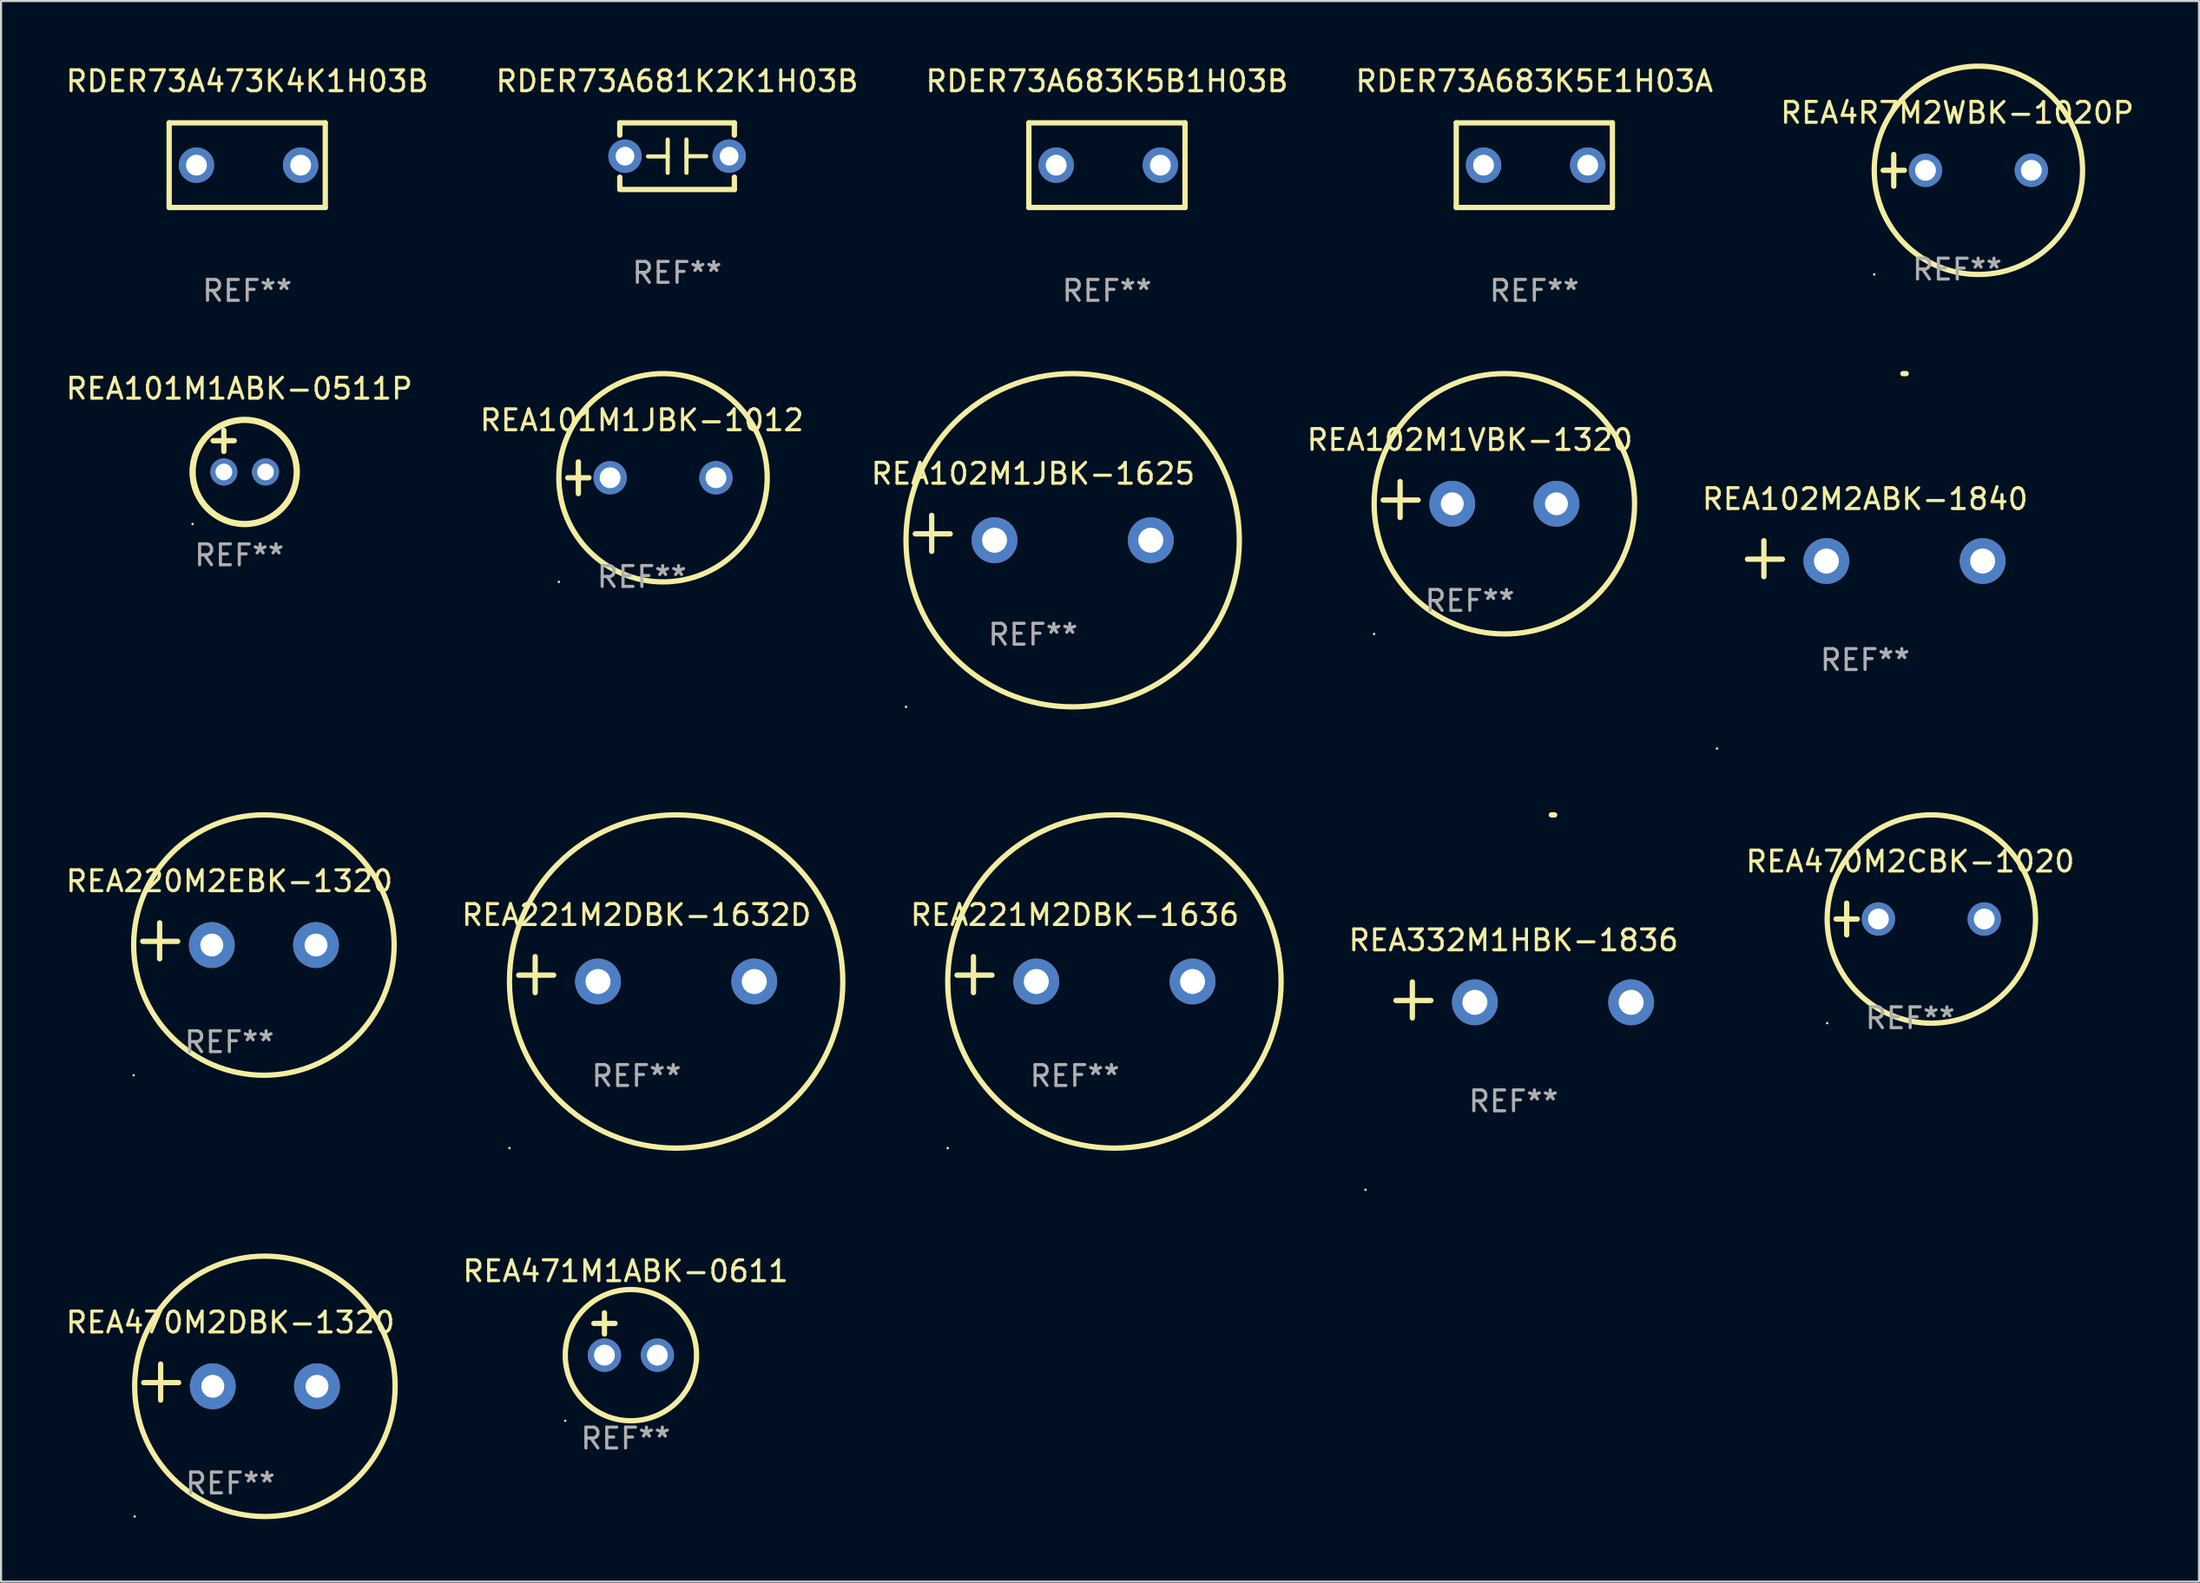
<source format=kicad_pcb>
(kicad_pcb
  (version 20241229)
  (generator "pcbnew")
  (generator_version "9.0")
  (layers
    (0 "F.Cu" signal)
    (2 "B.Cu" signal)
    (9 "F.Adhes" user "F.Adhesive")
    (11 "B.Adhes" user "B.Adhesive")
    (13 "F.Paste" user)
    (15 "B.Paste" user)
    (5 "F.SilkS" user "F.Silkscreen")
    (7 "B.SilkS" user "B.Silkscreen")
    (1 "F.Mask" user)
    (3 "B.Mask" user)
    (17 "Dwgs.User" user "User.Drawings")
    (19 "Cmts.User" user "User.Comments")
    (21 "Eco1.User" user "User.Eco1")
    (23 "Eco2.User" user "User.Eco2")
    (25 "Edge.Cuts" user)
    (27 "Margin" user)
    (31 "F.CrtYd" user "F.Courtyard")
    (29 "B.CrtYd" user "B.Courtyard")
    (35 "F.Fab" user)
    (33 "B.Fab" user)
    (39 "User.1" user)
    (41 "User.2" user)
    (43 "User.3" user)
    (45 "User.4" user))
  (footprint "REA101M1JBK-1012"
    (layer "F.Cu")
    (at 27.756 19.888)
    (property "Reference" "REA101M1JBK-1012" (at 0 -2.762 0) (layer "F.SilkS") (effects (font (size 1 1) (thickness 0.15))))
    (attr through_hole)
    (fp_line (start -3.556 0) (end -2.54 0) (stroke (width 0.254) (type solid)) (layer "F.SilkS"))
    (fp_line (start -3.048 -0.762) (end -3.048 0.762) (stroke (width 0.254) (type solid)) (layer "F.SilkS"))
    (fp_circle (center -3.984 5) (end -3.954 5) (stroke (width 0.06) (type solid)) (fill no) (layer "F.SilkS"))
    (fp_circle (center 1.016 0) (end 6.016 0) (stroke (width 0.254) (type solid)) (fill no) (layer "F.SilkS"))
    (fp_text user "REF**" (at 0 4.762 0) (layer "F.Fab") (effects (font (size 1 1) (thickness 0.15))))
    (pad "1" thru_hole circle (at -1.524 0) (size 1.6 1.6) (drill 1) (layers "*.Cu" "*.Mask"))
    (pad "2" thru_hole circle (at 3.556 0) (size 1.6 1.6) (drill 1) (layers "*.Cu" "*.Mask")))
  (footprint "REA101M1ABK-0511P"
    (layer "F.Cu")
    (at 8.435 18.609)
    (property "Reference" "REA101M1ABK-0511P" (at 0 -3 0) (layer "F.SilkS") (effects (font (size 1 1) (thickness 0.15))))
    (attr through_hole)
    (fp_line (start -1.258 -0.5) (end -0.242 -0.5) (stroke (width 0.254) (type solid)) (layer "F.SilkS"))
    (fp_line (start -0.742 -1) (end -0.742 0.016) (stroke (width 0.254) (type solid)) (layer "F.SilkS"))
    (fp_circle (center -2.242 3.5) (end -2.212 3.5) (stroke (width 0.06) (type solid)) (fill no) (layer "F.SilkS"))
    (fp_circle (center 0.258 1) (end 2.758 1) (stroke (width 0.3) (type solid)) (fill no) (layer "F.SilkS"))
    (fp_text user "REF**" (at 0 5 0) (layer "F.Fab") (effects (font (size 1 1) (thickness 0.15))))
    (pad "1" thru_hole circle (at -0.742 1) (size 1.3 1.3) (drill 0.8) (layers "*.Cu" "*.Mask"))
    (pad "2" thru_hole circle (at 1.258 1) (size 1.3 1.3) (drill 0.8) (layers "*.Cu" "*.Mask")))
  (footprint "REA102M1VBK-1320"
    (layer "F.Cu")
    (at 67.493 20.934)
    (property "Reference" "REA102M1VBK-1320" (at 0 -2.864 0) (layer "F.SilkS") (effects (font (size 1 1) (thickness 0.15))))
    (attr through_hole)
    (fp_line (start -3.346 0.864) (end -3.346 -0.864) (stroke (width 0.254) (type solid)) (layer "F.SilkS"))
    (fp_line (start -2.482 0.025) (end -4.158 0.025) (stroke (width 0.254) (type solid)) (layer "F.SilkS"))
    (fp_circle (center -4.592 6.453) (end -4.562 6.453) (stroke (width 0.06) (type solid)) (fill no) (layer "F.SilkS"))
    (fp_circle (center 1.658 0.203) (end 7.908 0.203) (stroke (width 0.254) (type solid)) (fill no) (layer "F.SilkS"))
    (fp_text user "REF**" (at 0 4.864 0) (layer "F.Fab") (effects (font (size 1 1) (thickness 0.15))))
    (pad "1" thru_hole circle (at -0.842 0.203) (size 2.2 2.2) (drill 1.1) (layers "*.Cu" "*.Mask"))
    (pad "2" thru_hole circle (at 4.158 0.203) (size 2.2 2.2) (drill 1.1) (layers "*.Cu" "*.Mask")))
  (footprint "RDER73A473K4K1H03B"
    (layer "F.Cu")
    (at 8.815 4.88)
    (property "Reference" "RDER73A473K4K1H03B" (at 0 -4.032 0) (layer "F.SilkS") (effects (font (size 1 1) (thickness 0.15))))
    (attr through_hole)
    (fp_line (start -3.747 -2.032) (end -3.747 2.032) (stroke (width 0.254) (type solid)) (layer "F.SilkS"))
    (fp_line (start -3.747 2.032) (end 3.747 2.032) (stroke (width 0.254) (type solid)) (layer "F.SilkS"))
    (fp_line (start 3.747 -2.032) (end -3.747 -2.032) (stroke (width 0.254) (type solid)) (layer "F.SilkS"))
    (fp_line (start 3.747 2.032) (end 3.747 -2.032) (stroke (width 0.254) (type solid)) (layer "F.SilkS"))
    (fp_circle (center -3.687 2) (end -3.657 2) (stroke (width 0.06) (type solid)) (fill no) (layer "F.SilkS"))
    (fp_text user "REF**" (at 0 6.032 0) (layer "F.Fab") (effects (font (size 1 1) (thickness 0.15))))
    (pad "1" thru_hole circle (at -2.436 0) (size 1.7 1.7) (drill 1) (layers "*.Cu" "*.Mask"))
    (pad "2" thru_hole circle (at 2.564 0) (size 1.7 1.7) (drill 1) (layers "*.Cu" "*.Mask")))
  (footprint "REA102M1JBK-1625"
    (layer "F.Cu")
    (at 46.53 22.557)
    (property "Reference" "REA102M1JBK-1625" (at 0 -2.864 0) (layer "F.SilkS") (effects (font (size 1 1) (thickness 0.15))))
    (attr through_hole)
    (fp_line (start -4.864 0.864) (end -4.864 -0.864) (stroke (width 0.254) (type solid)) (layer "F.SilkS"))
    (fp_line (start -3.975 0.025) (end -5.652 0.025) (stroke (width 0.254) (type solid)) (layer "F.SilkS"))
    (fp_circle (center -6.098 8.33) (end -6.068 8.33) (stroke (width 0.06) (type solid)) (fill no) (layer "F.SilkS"))
    (fp_circle (center 1.902 0.33) (end 9.902 0.33) (stroke (width 0.254) (type solid)) (fill no) (layer "F.SilkS"))
    (fp_text user "REF**" (at 0 4.864 0) (layer "F.Fab") (effects (font (size 1 1) (thickness 0.15))))
    (pad "1" thru_hole circle (at -1.848 0.33) (size 2.2 2.2) (drill 1.2) (layers "*.Cu" "*.Mask"))
    (pad "2" thru_hole circle (at 5.652 0.33) (size 2.2 2.2) (drill 1.2) (layers "*.Cu" "*.Mask")))
  (footprint "REA102M2ABK-1840"
    (layer "F.Cu")
    (at 86.463 23.773)
    (property "Reference" "REA102M2ABK-1840" (at 0 -2.864 0) (layer "F.SilkS") (effects (font (size 1 1) (thickness 0.15))))
    (attr through_hole)
    (fp_line (start -4.856 0.864) (end -4.856 -0.864) (stroke (width 0.254) (type solid)) (layer "F.SilkS"))
    (fp_line (start -3.967 0.025) (end -5.644 0.025) (stroke (width 0.254) (type solid)) (layer "F.SilkS"))
    (fp_arc (start 1.815024 -8.885649) (mid 1.893764 -8.88599) (end 1.972504 -8.885649) (stroke (width 0.254001) (type solid)) (layer "F.SilkS"))
    (fp_circle (center -7.106 9.114) (end -7.076 9.114) (stroke (width 0.06) (type solid)) (fill no) (layer "F.SilkS"))
    (fp_text user "REF**" (at 0 4.864 0) (layer "F.Fab") (effects (font (size 1 1) (thickness 0.15))))
    (pad "1" thru_hole circle (at -1.856 0.114) (size 2.2 2.2) (drill 1.2) (layers "*.Cu" "*.Mask"))
    (pad "2" thru_hole circle (at 5.644 0.114) (size 2.2 2.2) (drill 1.2) (layers "*.Cu" "*.Mask")))
  (footprint "REA470M2DBK-1320"
    (layer "F.Cu")
    (at 8.006 63.307)
    (property "Reference" "REA470M2DBK-1320" (at 0 -2.864 0) (layer "F.SilkS") (effects (font (size 1 1) (thickness 0.15))))
    (attr through_hole)
    (fp_line (start -3.346 0.864) (end -3.346 -0.864) (stroke (width 0.254) (type solid)) (layer "F.SilkS"))
    (fp_line (start -2.482 0.025) (end -4.158 0.025) (stroke (width 0.254) (type solid)) (layer "F.SilkS"))
    (fp_circle (center -4.592 6.453) (end -4.562 6.453) (stroke (width 0.06) (type solid)) (fill no) (layer "F.SilkS"))
    (fp_circle (center 1.658 0.203) (end 7.908 0.203) (stroke (width 0.254) (type solid)) (fill no) (layer "F.SilkS"))
    (fp_text user "REF**" (at 0 4.864 0) (layer "F.Fab") (effects (font (size 1 1) (thickness 0.15))))
    (pad "1" thru_hole circle (at -0.842 0.203) (size 2.2 2.2) (drill 1.1) (layers "*.Cu" "*.Mask"))
    (pad "2" thru_hole circle (at 4.158 0.203) (size 2.2 2.2) (drill 1.1) (layers "*.Cu" "*.Mask")))
  (footprint "REA221M2DBK-1636"
    (layer "F.Cu")
    (at 48.534 43.744)
    (property "Reference" "REA221M2DBK-1636" (at 0 -2.864 0) (layer "F.SilkS") (effects (font (size 1 1) (thickness 0.15))))
    (attr through_hole)
    (fp_line (start -4.864 0.864) (end -4.864 -0.864) (stroke (width 0.254) (type solid)) (layer "F.SilkS"))
    (fp_line (start -3.975 0.025) (end -5.652 0.025) (stroke (width 0.254) (type solid)) (layer "F.SilkS"))
    (fp_circle (center -6.098 8.33) (end -6.068 8.33) (stroke (width 0.06) (type solid)) (fill no) (layer "F.SilkS"))
    (fp_circle (center 1.902 0.33) (end 9.902 0.33) (stroke (width 0.254) (type solid)) (fill no) (layer "F.SilkS"))
    (fp_text user "REF**" (at 0 4.864 0) (layer "F.Fab") (effects (font (size 1 1) (thickness 0.15))))
    (pad "1" thru_hole circle (at -1.848 0.33) (size 2.2 2.2) (drill 1.2) (layers "*.Cu" "*.Mask"))
    (pad "2" thru_hole circle (at 5.652 0.33) (size 2.2 2.2) (drill 1.2) (layers "*.Cu" "*.Mask")))
  (footprint "REA220M2EBK-1320"
    (layer "F.Cu")
    (at 7.958 42.121)
    (property "Reference" "REA220M2EBK-1320" (at 0 -2.864 0) (layer "F.SilkS") (effects (font (size 1 1) (thickness 0.15))))
    (attr through_hole)
    (fp_line (start -3.346 0.864) (end -3.346 -0.864) (stroke (width 0.254) (type solid)) (layer "F.SilkS"))
    (fp_line (start -2.482 0.025) (end -4.158 0.025) (stroke (width 0.254) (type solid)) (layer "F.SilkS"))
    (fp_circle (center -4.592 6.453) (end -4.562 6.453) (stroke (width 0.06) (type solid)) (fill no) (layer "F.SilkS"))
    (fp_circle (center 1.658 0.203) (end 7.908 0.203) (stroke (width 0.254) (type solid)) (fill no) (layer "F.SilkS"))
    (fp_text user "REF**" (at 0 4.864 0) (layer "F.Fab") (effects (font (size 1 1) (thickness 0.15))))
    (pad "1" thru_hole circle (at -0.842 0.203) (size 2.2 2.2) (drill 1.1) (layers "*.Cu" "*.Mask"))
    (pad "2" thru_hole circle (at 4.158 0.203) (size 2.2 2.2) (drill 1.1) (layers "*.Cu" "*.Mask")))
  (footprint "REA221M2DBK-1632D"
    (layer "F.Cu")
    (at 27.499 43.744)
    (property "Reference" "REA221M2DBK-1632D" (at 0 -2.864 0) (layer "F.SilkS") (effects (font (size 1 1) (thickness 0.15))))
    (attr through_hole)
    (fp_line (start -4.864 0.864) (end -4.864 -0.864) (stroke (width 0.254) (type solid)) (layer "F.SilkS"))
    (fp_line (start -3.975 0.025) (end -5.652 0.025) (stroke (width 0.254) (type solid)) (layer "F.SilkS"))
    (fp_circle (center -6.098 8.33) (end -6.068 8.33) (stroke (width 0.06) (type solid)) (fill no) (layer "F.SilkS"))
    (fp_circle (center 1.902 0.33) (end 9.902 0.33) (stroke (width 0.254) (type solid)) (fill no) (layer "F.SilkS"))
    (fp_text user "REF**" (at 0 4.864 0) (layer "F.Fab") (effects (font (size 1 1) (thickness 0.15))))
    (pad "1" thru_hole circle (at -1.848 0.33) (size 2.2 2.2) (drill 1.2) (layers "*.Cu" "*.Mask"))
    (pad "2" thru_hole circle (at 5.652 0.33) (size 2.2 2.2) (drill 1.2) (layers "*.Cu" "*.Mask")))
  (footprint "REA4R7M2WBK-1020P"
    (layer "F.Cu")
    (at 90.887 5.127)
    (property "Reference" "REA4R7M2WBK-1020P" (at 0 -2.762 0) (layer "F.SilkS") (effects (font (size 1 1) (thickness 0.15))))
    (attr through_hole)
    (fp_line (start -3.556 0) (end -2.54 0) (stroke (width 0.254) (type solid)) (layer "F.SilkS"))
    (fp_line (start -3.048 -0.762) (end -3.048 0.762) (stroke (width 0.254) (type solid)) (layer "F.SilkS"))
    (fp_circle (center -3.984 5) (end -3.954 5) (stroke (width 0.06) (type solid)) (fill no) (layer "F.SilkS"))
    (fp_circle (center 1.016 0) (end 6.016 0) (stroke (width 0.254) (type solid)) (fill no) (layer "F.SilkS"))
    (fp_text user "REF**" (at 0 4.762 0) (layer "F.Fab") (effects (font (size 1 1) (thickness 0.15))))
    (pad "1" thru_hole circle (at -1.524 0) (size 1.6 1.6) (drill 1) (layers "*.Cu" "*.Mask"))
    (pad "2" thru_hole circle (at 3.556 0) (size 1.6 1.6) (drill 1) (layers "*.Cu" "*.Mask")))
  (footprint "RDER73A683K5B1H03B"
    (layer "F.Cu")
    (at 50.077 4.88)
    (property "Reference" "RDER73A683K5B1H03B" (at 0 -4.032 0) (layer "F.SilkS") (effects (font (size 1 1) (thickness 0.15))))
    (attr through_hole)
    (fp_line (start -3.747 -2.032) (end -3.747 2.032) (stroke (width 0.254) (type solid)) (layer "F.SilkS"))
    (fp_line (start -3.747 2.032) (end 3.747 2.032) (stroke (width 0.254) (type solid)) (layer "F.SilkS"))
    (fp_line (start 3.747 -2.032) (end -3.747 -2.032) (stroke (width 0.254) (type solid)) (layer "F.SilkS"))
    (fp_line (start 3.747 2.032) (end 3.747 -2.032) (stroke (width 0.254) (type solid)) (layer "F.SilkS"))
    (fp_circle (center -3.687 2) (end -3.657 2) (stroke (width 0.06) (type solid)) (fill no) (layer "F.SilkS"))
    (fp_text user "REF**" (at 0 6.032 0) (layer "F.Fab") (effects (font (size 1 1) (thickness 0.15))))
    (pad "1" thru_hole circle (at -2.436 0) (size 1.7 1.7) (drill 1) (layers "*.Cu" "*.Mask"))
    (pad "2" thru_hole circle (at 2.564 0) (size 1.7 1.7) (drill 1) (layers "*.Cu" "*.Mask")))
  (footprint "REA332M1HBK-1836"
    (layer "F.Cu")
    (at 69.592 44.96)
    (property "Reference" "REA332M1HBK-1836" (at 0 -2.864 0) (layer "F.SilkS") (effects (font (size 1 1) (thickness 0.15))))
    (attr through_hole)
    (fp_line (start -4.856 0.864) (end -4.856 -0.864) (stroke (width 0.254) (type solid)) (layer "F.SilkS"))
    (fp_line (start -3.967 0.025) (end -5.644 0.025) (stroke (width 0.254) (type solid)) (layer "F.SilkS"))
    (fp_arc (start 1.815024 -8.885649) (mid 1.893764 -8.88599) (end 1.972504 -8.885649) (stroke (width 0.254001) (type solid)) (layer "F.SilkS"))
    (fp_circle (center -7.106 9.114) (end -7.076 9.114) (stroke (width 0.06) (type solid)) (fill no) (layer "F.SilkS"))
    (fp_text user "REF**" (at 0 4.864 0) (layer "F.Fab") (effects (font (size 1 1) (thickness 0.15))))
    (pad "1" thru_hole circle (at -1.856 0.114) (size 2.2 2.2) (drill 1.2) (layers "*.Cu" "*.Mask"))
    (pad "2" thru_hole circle (at 5.644 0.114) (size 2.2 2.2) (drill 1.2) (layers "*.Cu" "*.Mask")))
  (footprint "REA471M1ABK-0611"
    (layer "F.Cu")
    (at 26.976 60.998)
    (property "Reference" "REA471M1ABK-0611" (at 0 -3.016 0) (layer "F.SilkS") (effects (font (size 1 1) (thickness 0.15))))
    (attr through_hole)
    (fp_line (start -1.524 -0.508) (end -0.508 -0.508) (stroke (width 0.254) (type solid)) (layer "F.SilkS"))
    (fp_line (start -1.016 -1.016) (end -1.016 0) (stroke (width 0.254) (type solid)) (layer "F.SilkS"))
    (fp_circle (center -2.896 4.166) (end -2.866 4.166) (stroke (width 0.06) (type solid)) (fill no) (layer "F.SilkS"))
    (fp_circle (center 0.254 1.016) (end 3.404 1.016) (stroke (width 0.254) (type solid)) (fill no) (layer "F.SilkS"))
    (fp_text user "REF**" (at 0 5.016 0) (layer "F.Fab") (effects (font (size 1 1) (thickness 0.15))))
    (pad "1" thru_hole circle (at -1.016 1.016) (size 1.6 1.6) (drill 1) (layers "*.Cu" "*.Mask"))
    (pad "2" thru_hole circle (at 1.524 1.016) (size 1.6 1.6) (drill 1) (layers "*.Cu" "*.Mask")))
  (footprint "RDER73A681K2K1H03B"
    (layer "F.Cu")
    (at 29.446 4.448)
    (property "Reference" "RDER73A681K2K1H03B" (at 0 -3.6 0) (layer "F.SilkS") (effects (font (size 1 1) (thickness 0.15))))
    (attr through_hole)
    (fp_line (start -2.75 -1.6) (end -2.75 -1.009) (stroke (width 0.254) (type solid)) (layer "F.SilkS"))
    (fp_line (start -2.75 -1.6) (end 2.75 -1.6) (stroke (width 0.254) (type solid)) (layer "F.SilkS"))
    (fp_line (start -2.75 1.009) (end -2.75 1.524) (stroke (width 0.254) (type solid)) (layer "F.SilkS"))
    (fp_line (start -2.75 1.6) (end 2.75 1.6) (stroke (width 0.254) (type solid)) (layer "F.SilkS"))
    (fp_line (start -0.45 -0.8) (end -0.45 0.8) (stroke (width 0.2) (type solid)) (layer "F.SilkS"))
    (fp_line (start -0.45 0.013) (end -1.397 0.013) (stroke (width 0.2) (type solid)) (layer "F.SilkS"))
    (fp_line (start 0.45 0.003) (end 1.397 0.003) (stroke (width 0.2) (type solid)) (layer "F.SilkS"))
    (fp_line (start 0.45 0.8) (end 0.45 -0.8) (stroke (width 0.2) (type solid)) (layer "F.SilkS"))
    (fp_line (start 2.75 -1.6) (end 2.75 -1.009) (stroke (width 0.254) (type solid)) (layer "F.SilkS"))
    (fp_line (start 2.75 1.009) (end 2.75 1.6) (stroke (width 0.254) (type solid)) (layer "F.SilkS"))
    (fp_circle (center -2.75 1.6) (end -2.72 1.6) (stroke (width 0.06) (type solid)) (fill no) (layer "F.SilkS"))
    (fp_text user "REF**" (at 0 5.6 0) (layer "F.Fab") (effects (font (size 1 1) (thickness 0.15))))
    (pad "1" thru_hole circle (at -2.5 0) (size 1.6 1.6) (drill 0.9) (layers "*.Cu" "*.Mask"))
    (pad "2" thru_hole circle (at 2.5 0) (size 1.6 1.6) (drill 0.9) (layers "*.Cu" "*.Mask")))
  (footprint "REA470M2CBK-1020"
    (layer "F.Cu")
    (at 88.628 41.074)
    (property "Reference" "REA470M2CBK-1020" (at 0 -2.762 0) (layer "F.SilkS") (effects (font (size 1 1) (thickness 0.15))))
    (attr through_hole)
    (fp_line (start -3.556 0) (end -2.54 0) (stroke (width 0.254) (type solid)) (layer "F.SilkS"))
    (fp_line (start -3.048 -0.762) (end -3.048 0.762) (stroke (width 0.254) (type solid)) (layer "F.SilkS"))
    (fp_circle (center -3.984 5) (end -3.954 5) (stroke (width 0.06) (type solid)) (fill no) (layer "F.SilkS"))
    (fp_circle (center 1.016 0) (end 6.016 0) (stroke (width 0.254) (type solid)) (fill no) (layer "F.SilkS"))
    (fp_text user "REF**" (at 0 4.762 0) (layer "F.Fab") (effects (font (size 1 1) (thickness 0.15))))
    (pad "1" thru_hole circle (at -1.524 0) (size 1.6 1.6) (drill 1) (layers "*.Cu" "*.Mask"))
    (pad "2" thru_hole circle (at 3.556 0) (size 1.6 1.6) (drill 1) (layers "*.Cu" "*.Mask")))
  (footprint "RDER73A683K5E1H03A"
    (layer "F.Cu")
    (at 70.589 4.88)
    (property "Reference" "RDER73A683K5E1H03A" (at 0 -4.032 0) (layer "F.SilkS") (effects (font (size 1 1) (thickness 0.15))))
    (attr through_hole)
    (fp_line (start -3.747 -2.032) (end -3.747 2.032) (stroke (width 0.254) (type solid)) (layer "F.SilkS"))
    (fp_line (start -3.747 2.032) (end 3.747 2.032) (stroke (width 0.254) (type solid)) (layer "F.SilkS"))
    (fp_line (start 3.747 -2.032) (end -3.747 -2.032) (stroke (width 0.254) (type solid)) (layer "F.SilkS"))
    (fp_line (start 3.747 2.032) (end 3.747 -2.032) (stroke (width 0.254) (type solid)) (layer "F.SilkS"))
    (fp_circle (center -3.687 2) (end -3.657 2) (stroke (width 0.06) (type solid)) (fill no) (layer "F.SilkS"))
    (fp_text user "REF**" (at 0 6.032 0) (layer "F.Fab") (effects (font (size 1 1) (thickness 0.15))))
    (pad "1" thru_hole circle (at -2.436 0) (size 1.7 1.7) (drill 1) (layers "*.Cu" "*.Mask"))
    (pad "2" thru_hole circle (at 2.564 0) (size 1.7 1.7) (drill 1) (layers "*.Cu" "*.Mask")))
  (gr_rect
    (start -3 -3)
    (end 102.488 72.888)
    (stroke (width 0.1) (type default))
    (fill no)
    (layer "Edge.Cuts")))
</source>
